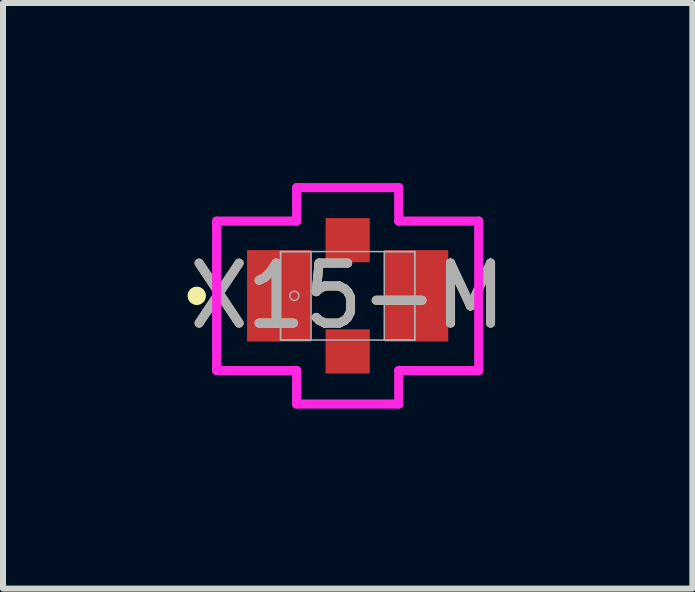
<source format=kicad_pcb>
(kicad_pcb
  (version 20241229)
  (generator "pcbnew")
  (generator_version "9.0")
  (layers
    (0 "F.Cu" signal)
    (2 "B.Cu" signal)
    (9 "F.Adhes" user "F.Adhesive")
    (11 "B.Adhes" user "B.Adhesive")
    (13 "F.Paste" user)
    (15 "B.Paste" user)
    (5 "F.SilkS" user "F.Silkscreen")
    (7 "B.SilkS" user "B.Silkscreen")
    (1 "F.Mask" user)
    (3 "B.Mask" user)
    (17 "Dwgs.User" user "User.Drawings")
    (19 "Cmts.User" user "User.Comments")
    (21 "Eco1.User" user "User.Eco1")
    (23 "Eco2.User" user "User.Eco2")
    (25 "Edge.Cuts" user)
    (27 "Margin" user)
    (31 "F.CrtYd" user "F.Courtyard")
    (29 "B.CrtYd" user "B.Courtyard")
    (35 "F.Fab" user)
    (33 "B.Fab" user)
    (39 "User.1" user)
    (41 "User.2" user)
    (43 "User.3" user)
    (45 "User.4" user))
  (footprint "X15-M"
    (layer "F.Cu")
    (at 2.744 1.88)
    (property "Reference" "X15-M" (at 0 0 0) (unlocked yes) (layer "F.SilkS") (effects (font (size 1 1) (thickness 0.15))))
    (attr smd)
    (fp_circle (center -2.515 0) (end -2.438 0) (stroke (width 0.152) (type solid)) (fill no) (layer "F.SilkS"))
    (fp_line (start -2.184 -1.245) (end -0.851 -1.245) (stroke (width 0.152) (type solid)) (layer "F.CrtYd"))
    (fp_line (start -2.184 1.245) (end -2.184 -1.245) (stroke (width 0.152) (type solid)) (layer "F.CrtYd"))
    (fp_line (start -2.184 1.245) (end -0.851 1.245) (stroke (width 0.152) (type solid)) (layer "F.CrtYd"))
    (fp_line (start -0.851 -1.803) (end 0.851 -1.803) (stroke (width 0.152) (type solid)) (layer "F.CrtYd"))
    (fp_line (start -0.851 -1.245) (end -0.851 -1.803) (stroke (width 0.152) (type solid)) (layer "F.CrtYd"))
    (fp_line (start -0.851 1.245) (end -0.851 1.803) (stroke (width 0.152) (type solid)) (layer "F.CrtYd"))
    (fp_line (start -0.851 1.803) (end 0.851 1.803) (stroke (width 0.152) (type solid)) (layer "F.CrtYd"))
    (fp_line (start 0.851 -1.245) (end 0.851 -1.803) (stroke (width 0.152) (type solid)) (layer "F.CrtYd"))
    (fp_line (start 0.851 1.245) (end 0.851 1.803) (stroke (width 0.152) (type solid)) (layer "F.CrtYd"))
    (fp_line (start 2.184 -1.245) (end 0.851 -1.245) (stroke (width 0.152) (type solid)) (layer "F.CrtYd"))
    (fp_line (start 2.184 1.245) (end 0.851 1.245) (stroke (width 0.152) (type solid)) (layer "F.CrtYd"))
    (fp_line (start 2.184 1.245) (end 2.184 -1.245) (stroke (width 0.152) (type solid)) (layer "F.CrtYd"))
    (fp_line (start -1.118 -0.737) (end -1.118 0.737) (stroke (width 0.025) (type solid)) (layer "F.Fab"))
    (fp_line (start -1.118 -0.737) (end -1.118 0.737) (stroke (width 0.025) (type solid)) (layer "F.Fab"))
    (fp_line (start -1.118 0.737) (end -0.61 0.737) (stroke (width 0.025) (type solid)) (layer "F.Fab"))
    (fp_line (start -1.118 0.737) (end 1.118 0.737) (stroke (width 0.025) (type solid)) (layer "F.Fab"))
    (fp_line (start -0.61 -0.737) (end -1.118 -0.737) (stroke (width 0.025) (type solid)) (layer "F.Fab"))
    (fp_line (start -0.61 0.737) (end -0.61 -0.737) (stroke (width 0.025) (type solid)) (layer "F.Fab"))
    (fp_line (start 0.61 -0.737) (end 0.61 0.737) (stroke (width 0.025) (type solid)) (layer "F.Fab"))
    (fp_line (start 0.61 0.737) (end 1.118 0.737) (stroke (width 0.025) (type solid)) (layer "F.Fab"))
    (fp_line (start 1.118 -0.737) (end -1.118 -0.737) (stroke (width 0.025) (type solid)) (layer "F.Fab"))
    (fp_line (start 1.118 -0.737) (end 0.61 -0.737) (stroke (width 0.025) (type solid)) (layer "F.Fab"))
    (fp_line (start 1.118 0.737) (end 1.118 -0.737) (stroke (width 0.025) (type solid)) (layer "F.Fab"))
    (fp_line (start 1.118 0.737) (end 1.118 -0.737) (stroke (width 0.025) (type solid)) (layer "F.Fab"))
    (fp_circle (center -0.889 0) (end -0.813 0) (stroke (width 0.025) (type solid)) (fill no) (layer "F.Fab"))
    (fp_text user "${REFERENCE}" (at 0 0 0) (unlocked yes) (layer "F.Fab") (effects (font (size 1 1) (thickness 0.15))))
    (pad "1" smd rect (at -1.143 0) (size 1.067 1.524) (layers "F.Cu" "F.Mask" "F.Paste"))
    (pad "2" smd rect (at 1.143 0) (size 1.067 1.524) (layers "F.Cu" "F.Mask" "F.Paste"))
    (pad "3" smd rect (at 0 -0.927) (size 0.737 0.737) (layers "F.Cu" "F.Mask" "F.Paste"))
    (pad "4" smd rect (at 0 0.927) (size 0.737 0.737) (layers "F.Cu" "F.Mask" "F.Paste")))
  (gr_rect
    (start -3 -3)
    (end 8.488 6.759)
    (stroke (width 0.1) (type default))
    (fill no)
    (layer "Edge.Cuts")))
</source>
